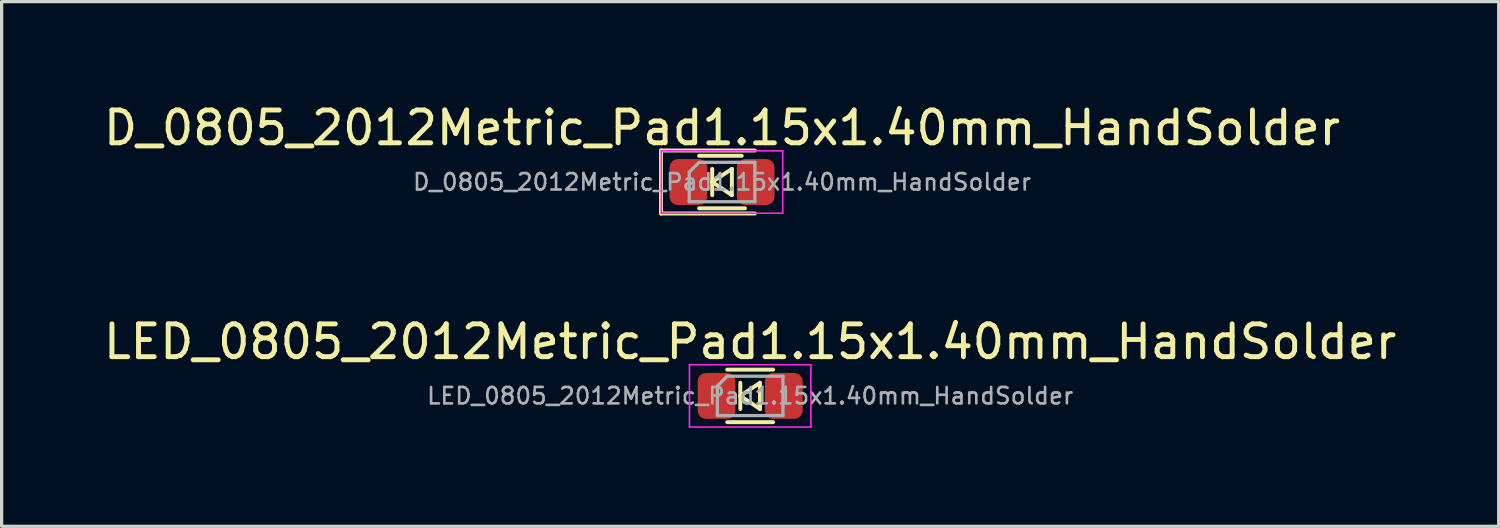
<source format=kicad_pcb>
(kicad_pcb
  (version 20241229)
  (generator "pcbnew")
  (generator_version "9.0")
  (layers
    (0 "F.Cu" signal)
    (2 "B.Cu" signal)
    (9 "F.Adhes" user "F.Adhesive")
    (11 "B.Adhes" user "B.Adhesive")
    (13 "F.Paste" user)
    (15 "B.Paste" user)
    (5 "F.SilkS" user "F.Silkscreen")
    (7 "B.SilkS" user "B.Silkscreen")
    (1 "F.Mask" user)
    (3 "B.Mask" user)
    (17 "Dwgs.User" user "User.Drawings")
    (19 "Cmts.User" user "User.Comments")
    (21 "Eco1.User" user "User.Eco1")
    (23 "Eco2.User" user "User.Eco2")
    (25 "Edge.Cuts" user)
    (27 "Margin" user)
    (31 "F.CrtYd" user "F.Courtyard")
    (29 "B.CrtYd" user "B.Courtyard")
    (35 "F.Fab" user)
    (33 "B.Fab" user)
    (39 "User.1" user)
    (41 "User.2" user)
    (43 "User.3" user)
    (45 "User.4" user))
  (footprint "D_0805_2012Metric_Pad1.15x1.40mm_HandSolder"
    (layer "F.Cu")
    (at 18.958 2.498)
    (property "Reference" "D_0805_2012Metric_Pad1.15x1.40mm_HandSolder" (at 0 -1.65 0) (layer "F.SilkS") (effects (font (size 1 1) (thickness 0.15))))
    (attr smd)
    (fp_line (start -1.86 -0.96) (end -1.86 0.96) (stroke (width 0.12) (type solid)) (layer "F.SilkS"))
    (fp_line (start -1.86 0.96) (end 1 0.96) (stroke (width 0.12) (type solid)) (layer "F.SilkS"))
    (fp_line (start -0.7 -0.8) (end 0.6 -0.8) (stroke (width 0.12) (type solid)) (layer "F.SilkS"))
    (fp_line (start -0.7 0.8) (end 0.7 0.8) (stroke (width 0.12) (type solid)) (layer "F.SilkS"))
    (fp_line (start -0.3 -0.4) (end -0.3 0.4) (stroke (width 0.12) (type solid)) (layer "F.SilkS"))
    (fp_line (start -0.3 0) (end 0.3 -0.4) (stroke (width 0.12) (type solid)) (layer "F.SilkS"))
    (fp_line (start 0.3 -0.4) (end 0.3 0.4) (stroke (width 0.12) (type solid)) (layer "F.SilkS"))
    (fp_line (start 0.3 0.4) (end -0.3 0) (stroke (width 0.12) (type solid)) (layer "F.SilkS"))
    (fp_line (start 1 -0.96) (end -1.86 -0.96) (stroke (width 0.12) (type solid)) (layer "F.SilkS"))
    (fp_line (start -1.85 -0.95) (end 1.85 -0.95) (stroke (width 0.05) (type solid)) (layer "F.CrtYd"))
    (fp_line (start -1.85 0.95) (end -1.85 -0.95) (stroke (width 0.05) (type solid)) (layer "F.CrtYd"))
    (fp_line (start 1.85 -0.95) (end 1.85 0.95) (stroke (width 0.05) (type solid)) (layer "F.CrtYd"))
    (fp_line (start 1.85 0.95) (end -1.85 0.95) (stroke (width 0.05) (type solid)) (layer "F.CrtYd"))
    (fp_line (start -1 -0.3) (end -1 0.6) (stroke (width 0.1) (type solid)) (layer "F.Fab"))
    (fp_line (start -1 0.6) (end 1 0.6) (stroke (width 0.1) (type solid)) (layer "F.Fab"))
    (fp_line (start -0.7 -0.6) (end -1 -0.3) (stroke (width 0.1) (type solid)) (layer "F.Fab"))
    (fp_line (start 1 -0.6) (end -0.7 -0.6) (stroke (width 0.1) (type solid)) (layer "F.Fab"))
    (fp_line (start 1 0.6) (end 1 -0.6) (stroke (width 0.1) (type solid)) (layer "F.Fab"))
    (fp_text user "${REFERENCE}" (at 0 0 0) (layer "F.Fab") (effects (font (size 0.5 0.5) (thickness 0.08))))
    (pad "A" smd roundrect (at 1.025 0) (size 1.15 1.4) (layers "F.Cu" "F.Mask" "F.Paste") (roundrect_rratio 0.217))
    (pad "C" smd roundrect (at -1.025 0) (size 1.15 1.4) (layers "F.Cu" "F.Mask" "F.Paste") (roundrect_rratio 0.217)))
  (footprint "LED_0805_2012Metric_Pad1.15x1.40mm_HandSolder"
    (layer "F.Cu")
    (at 19.815 9.017)
    (property "Reference" "LED_0805_2012Metric_Pad1.15x1.40mm_HandSolder" (at 0 -1.65 0) (layer "F.SilkS") (effects (font (size 1 1) (thickness 0.15))))
    (attr smd)
    (fp_line (start -0.7 -0.8) (end 0.7 -0.8) (stroke (width 0.12) (type solid)) (layer "F.SilkS"))
    (fp_line (start -0.7 0.8) (end 0.7 0.8) (stroke (width 0.12) (type solid)) (layer "F.SilkS"))
    (fp_line (start -0.3 -0.4) (end -0.3 0.4) (stroke (width 0.12) (type solid)) (layer "F.SilkS"))
    (fp_line (start 0.3 -0.4) (end -0.3 0) (stroke (width 0.12) (type solid)) (layer "F.SilkS"))
    (fp_line (start 0.3 -0.4) (end 0.3 0.4) (stroke (width 0.12) (type solid)) (layer "F.SilkS"))
    (fp_line (start 0.3 0.4) (end -0.3 0) (stroke (width 0.12) (type solid)) (layer "F.SilkS"))
    (fp_line (start -1.85 -0.95) (end 1.85 -0.95) (stroke (width 0.05) (type solid)) (layer "F.CrtYd"))
    (fp_line (start -1.85 0.95) (end -1.85 -0.95) (stroke (width 0.05) (type solid)) (layer "F.CrtYd"))
    (fp_line (start 1.85 -0.95) (end 1.85 0.95) (stroke (width 0.05) (type solid)) (layer "F.CrtYd"))
    (fp_line (start 1.85 0.95) (end -1.85 0.95) (stroke (width 0.05) (type solid)) (layer "F.CrtYd"))
    (fp_line (start -1 -0.3) (end -1 0.6) (stroke (width 0.1) (type solid)) (layer "F.Fab"))
    (fp_line (start -1 0.6) (end 1 0.6) (stroke (width 0.1) (type solid)) (layer "F.Fab"))
    (fp_line (start -0.7 -0.6) (end -1 -0.3) (stroke (width 0.1) (type solid)) (layer "F.Fab"))
    (fp_line (start 1 -0.6) (end -0.7 -0.6) (stroke (width 0.1) (type solid)) (layer "F.Fab"))
    (fp_line (start 1 0.6) (end 1 -0.6) (stroke (width 0.1) (type solid)) (layer "F.Fab"))
    (fp_text user "${REFERENCE}" (at 0 0 0) (layer "F.Fab") (effects (font (size 0.5 0.5) (thickness 0.08))))
    (pad "A" smd roundrect (at 1.025 0) (size 1.15 1.4) (layers "F.Cu" "F.Mask" "F.Paste") (roundrect_rratio 0.217))
    (pad "C" smd roundrect (at -1.025 0) (size 1.15 1.4) (layers "F.Cu" "F.Mask" "F.Paste") (roundrect_rratio 0.217)))
  (gr_rect
    (start -3 -3)
    (end 42.631 12.992)
    (stroke (width 0.1) (type default))
    (fill no)
    (layer "Edge.Cuts")))
</source>
